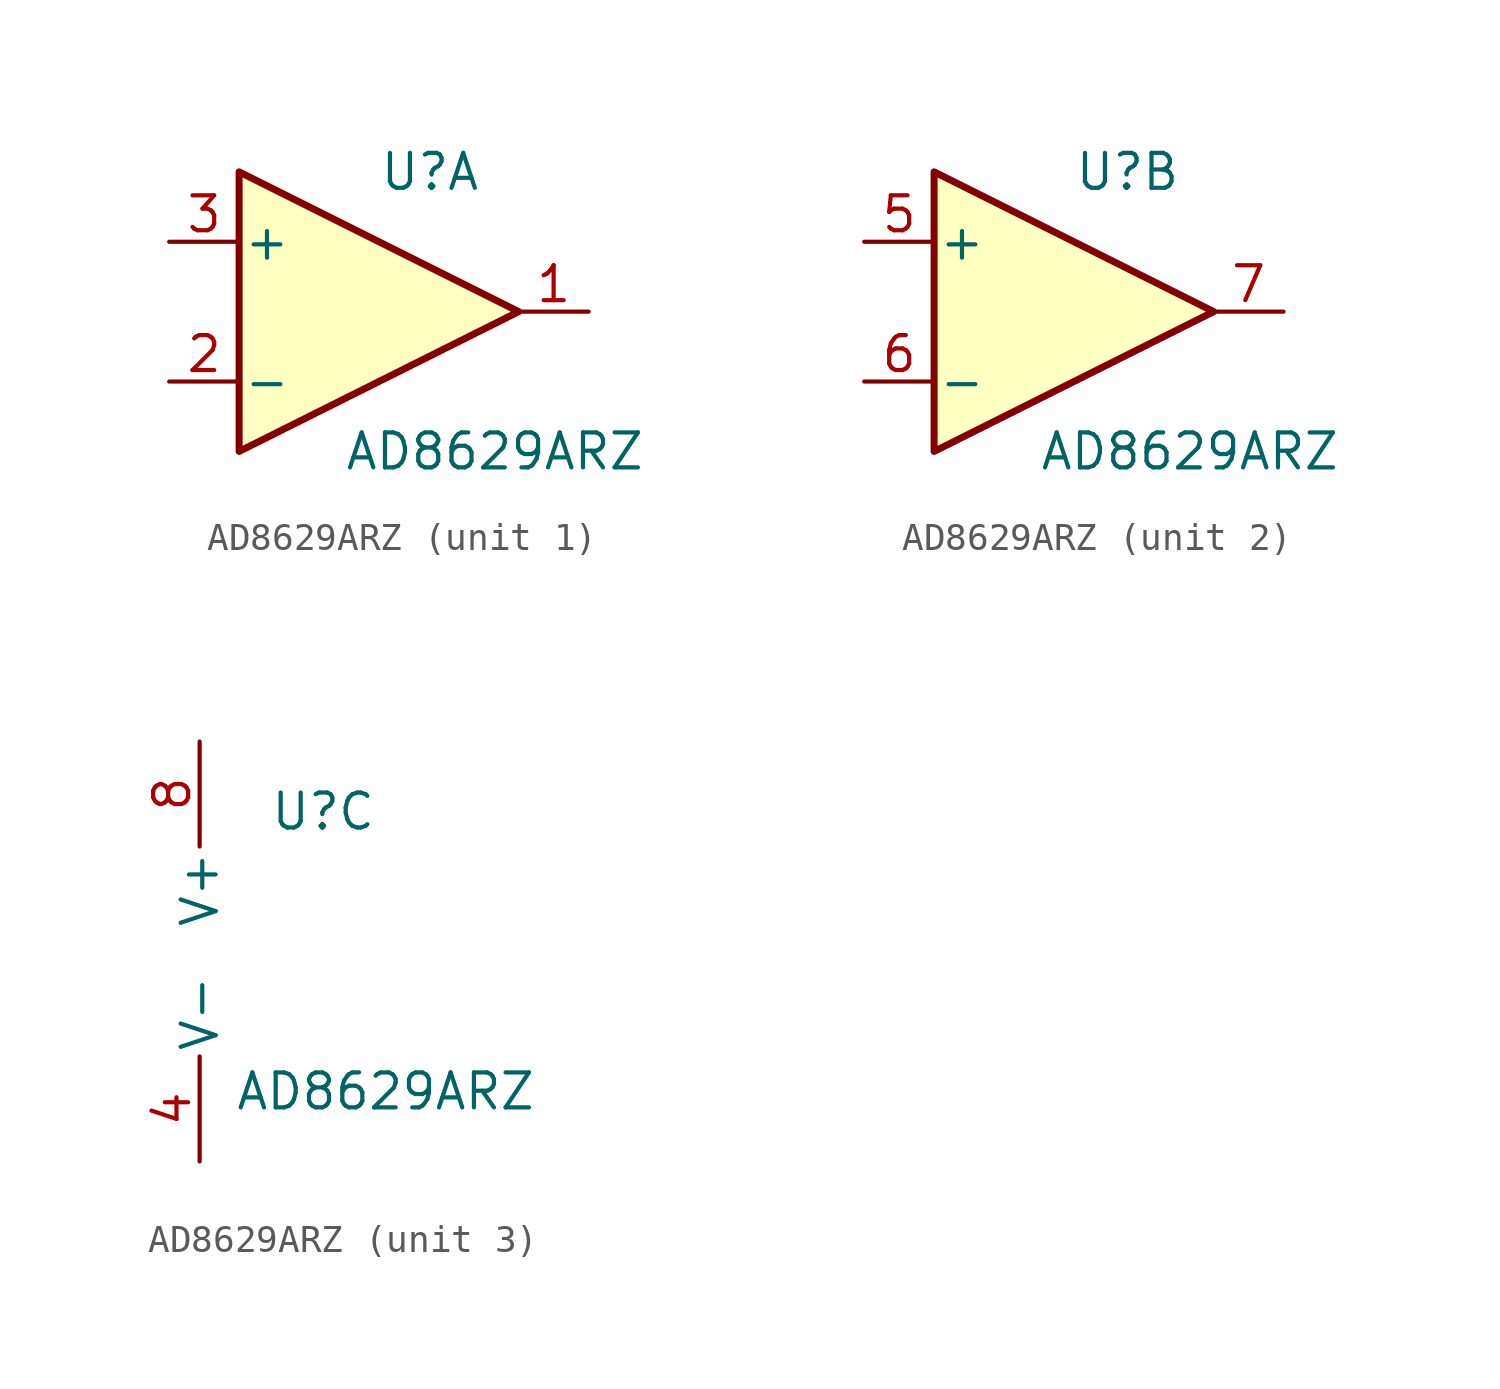
<source format=kicad_sym>
(kicad_symbol_lib
  (version 20211014)
  (generator kicad_symbol_editor)
  (symbol "AD8629ARZ"
    (pin_names
      (offset 0.127))
    (property "Reference" "U"
      (at 0 5.08 0)
      (effects (font (size 1.27 1.27)) (justify left)))
    (property "Value" "AD8629ARZ"
      (at -1.27 -5.08 0)
      (effects (font (size 1.27 1.27)) (justify left)))
    (property "ki_locked" ""
      (at 0 0 0)
      (effects (font (size 1.27 1.27))))
    (symbol "AD8629ARZ_1_1"
      (polyline (pts (xy -5.08 5.08) (xy 5.08 0) (xy -5.08 -5.08) (xy -5.08 5.08)) (stroke (width 0.254) (type default) (color 0 0 0 0)) (fill (type background)))
      (pin output line (at 7.62 0 180) (length 2.54) (name "~" (effects (font (size 1.27 1.27)))) (number "1" (effects (font (size 1.27 1.27)))))
      (pin input line (at -7.62 -2.54 0) (length 2.54) (name "-" (effects (font (size 1.27 1.27)))) (number "2" (effects (font (size 1.27 1.27)))))
      (pin input line (at -7.62 2.54 0) (length 2.54) (name "+" (effects (font (size 1.27 1.27)))) (number "3" (effects (font (size 1.27 1.27))))))
    (symbol "AD8629ARZ_2_1"
      (polyline (pts (xy -5.08 5.08) (xy 5.08 0) (xy -5.08 -5.08) (xy -5.08 5.08)) (stroke (width 0.254) (type default) (color 0 0 0 0)) (fill (type background)))
      (pin input line (at -7.62 2.54 0) (length 2.54) (name "+" (effects (font (size 1.27 1.27)))) (number "5" (effects (font (size 1.27 1.27)))))
      (pin input line (at -7.62 -2.54 0) (length 2.54) (name "-" (effects (font (size 1.27 1.27)))) (number "6" (effects (font (size 1.27 1.27)))))
      (pin output line (at 7.62 0 180) (length 2.54) (name "~" (effects (font (size 1.27 1.27)))) (number "7" (effects (font (size 1.27 1.27))))))
    (symbol "AD8629ARZ_3_1"
      (pin power_in line (at -2.54 -7.62 90) (length 3.81) (name "V-" (effects (font (size 1.27 1.27)))) (number "4" (effects (font (size 1.27 1.27)))))
      (pin power_in line (at -2.54 7.62 270) (length 3.81) (name "V+" (effects (font (size 1.27 1.27)))) (number "8" (effects (font (size 1.27 1.27))))))))
</source>
